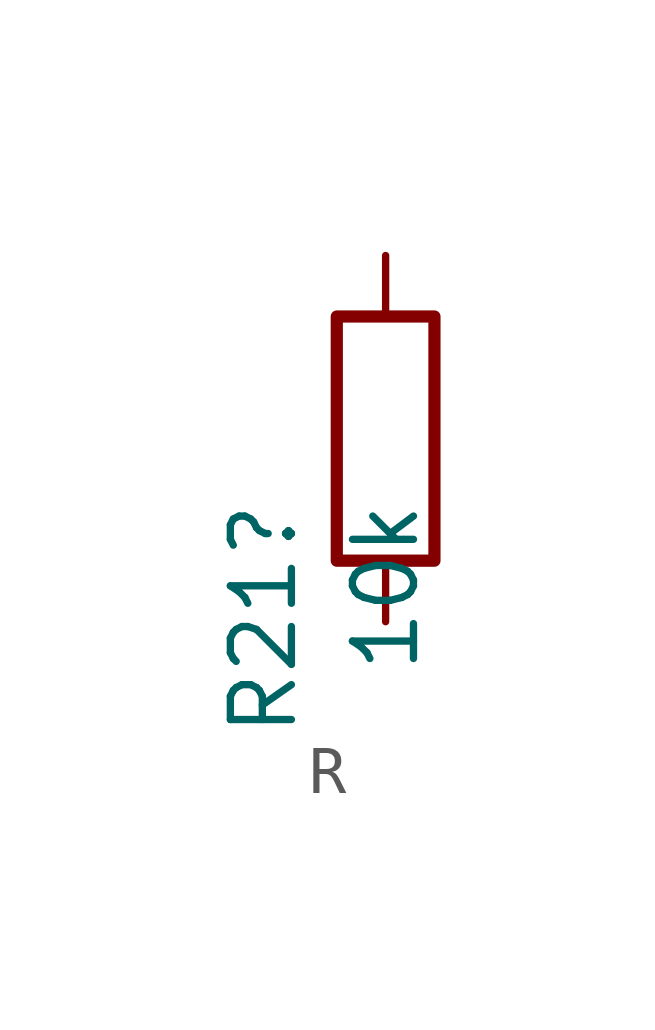
<source format=kicad_sym>
(kicad_symbol_lib
  (version 20211014)
  (generator kicad_symbol_editor)
  (symbol "R"
    (pin_numbers hide)
    (pin_names
      (offset 0))
    (property "Reference" "R21"
      (at -2.54 -1.27 90)
      (effects (font (size 1.27 1.27)) (justify right)))
    (property "Value" "10k"
      (at 0 -1.27 90)
      (effects (font (size 1.27 1.27)) (justify right)))
    (symbol "R_0_1"
      (rectangle (start -1.016 -2.54) (end 1.016 2.54) (stroke (width 0.254) (type default) (color 0 0 0 0)) (fill (type none))))
    (symbol "R_1_1"
      (pin passive line (at 0 3.81 270) (length 1.27) (name "~" (effects (font (size 1.27 1.27)))) (number "1" (effects (font (size 1.27 1.27)))))
      (pin passive line (at 0 -3.81 90) (length 1.27) (name "~" (effects (font (size 1.27 1.27)))) (number "2" (effects (font (size 1.27 1.27))))))))
</source>
